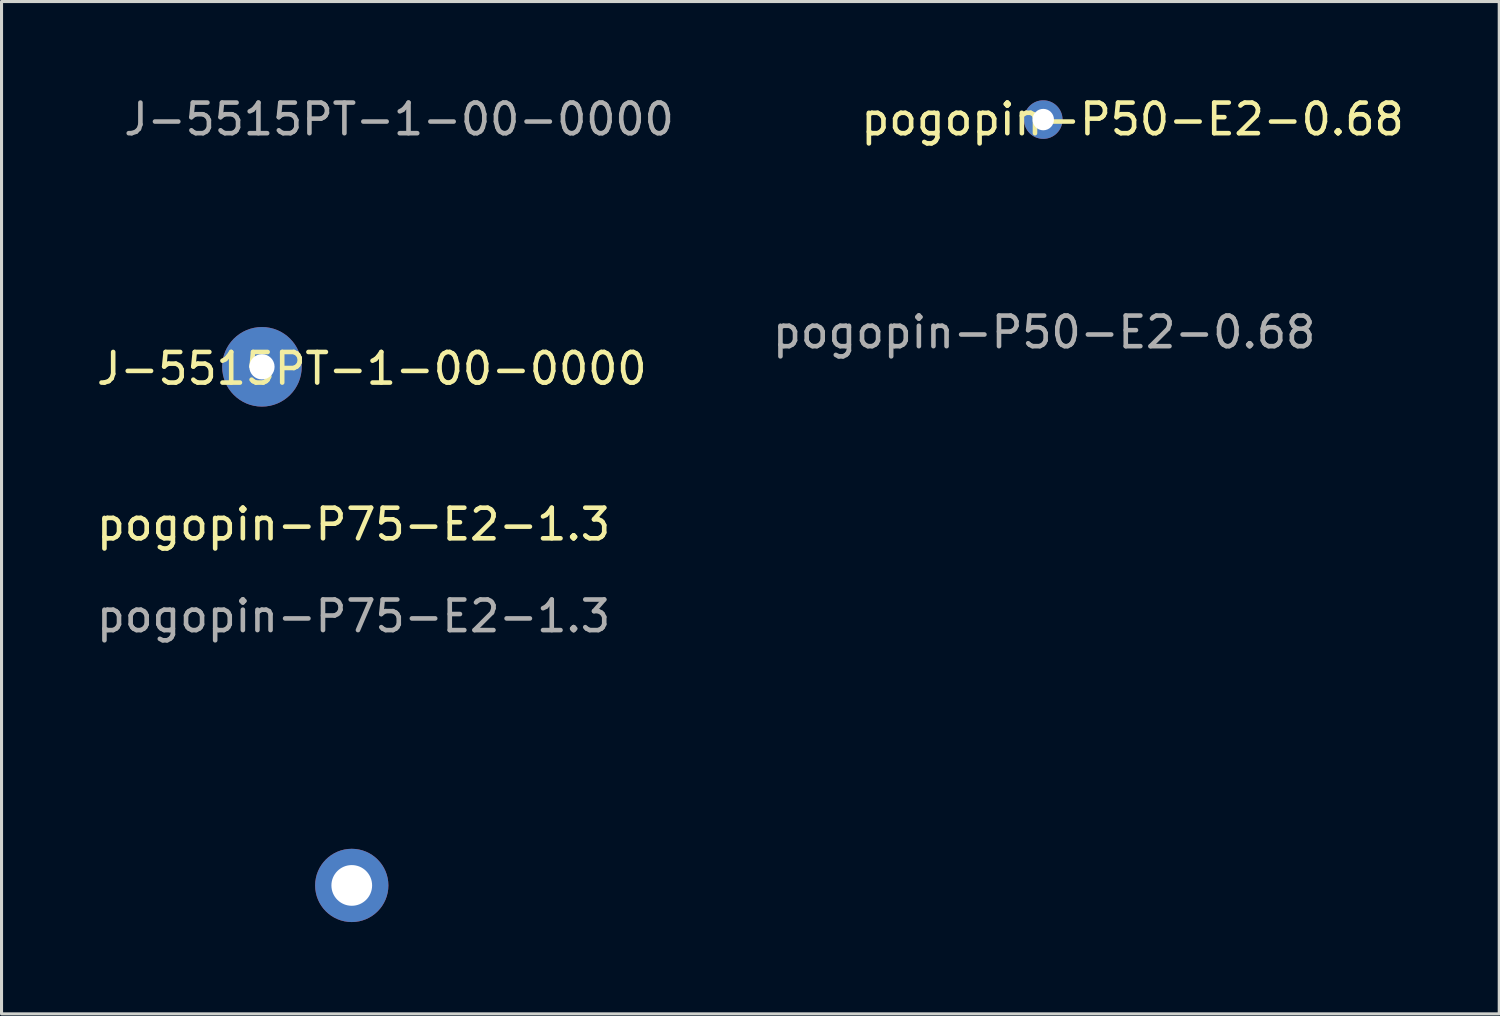
<source format=kicad_pcb>
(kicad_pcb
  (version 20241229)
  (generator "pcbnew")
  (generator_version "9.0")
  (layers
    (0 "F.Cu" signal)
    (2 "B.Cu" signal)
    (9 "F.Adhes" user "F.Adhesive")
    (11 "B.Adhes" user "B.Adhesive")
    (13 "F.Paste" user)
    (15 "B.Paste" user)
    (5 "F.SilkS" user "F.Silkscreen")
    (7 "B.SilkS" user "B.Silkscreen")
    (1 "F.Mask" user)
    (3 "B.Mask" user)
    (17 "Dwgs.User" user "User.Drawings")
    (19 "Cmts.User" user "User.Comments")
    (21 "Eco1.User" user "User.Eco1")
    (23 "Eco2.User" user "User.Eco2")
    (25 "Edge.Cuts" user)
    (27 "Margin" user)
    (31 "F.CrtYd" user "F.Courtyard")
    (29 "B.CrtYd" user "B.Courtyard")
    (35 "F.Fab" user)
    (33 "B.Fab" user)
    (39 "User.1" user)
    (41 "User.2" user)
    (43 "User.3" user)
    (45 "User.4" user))
  (footprint "pogopin-P50-E2-0.68"
    (layer "F.Cu")
    (at 31.045 0.858)
    (property "Reference" "pogopin-P50-E2-0.68" (at 2.92 -0.01 0) (unlocked yes) (layer "F.SilkS") (effects (font (size 1 1) (thickness 0.15))))
    (attr through_hole)
    (fp_text user "${REFERENCE}" (at 0.03 6.95 0) (unlocked yes) (layer "F.Fab") (effects (font (size 1 1) (thickness 0.15))))
    (pad "1" thru_hole circle (at 0 0) (size 1.26 1.26) (drill 0.7) (layers "*.Cu" "*.Mask")))
  (footprint "pogopin-P75-E2-1.3"
    (layer "F.Cu")
    (at 8.446 25.887)
    (property "Reference" "pogopin-P75-E2-1.3" (at 0.06 -11.8 0) (unlocked yes) (layer "F.SilkS") (effects (font (size 1 1) (thickness 0.15))))
    (attr through_hole)
    (fp_text user "${REFERENCE}" (at 0.06 -8.8 0) (unlocked yes) (layer "F.Fab") (effects (font (size 1 1) (thickness 0.15))))
    (pad "1" thru_hole circle (at 0 0) (size 2.394 2.394) (drill 1.33) (layers "*.Cu" "*.Mask")))
  (footprint "J-5515PT-1-00-0000"
    (layer "F.Cu")
    (at 5.511 8.938)
    (property "Reference" "J-5515PT-1-00-0000" (at 3.59 0.06 0) (unlocked yes) (layer "F.SilkS") (effects (font (size 1 1) (thickness 0.15))))
    (attr smd)
    (fp_text user "${REFERENCE}" (at 4.48 -8.09 0) (unlocked yes) (layer "F.Fab") (effects (font (size 1 1) (thickness 0.15))))
    (pad "1" thru_hole circle (at 0 0) (size 2.6 2.6) (drill 0.825) (layers "*.Cu" "*.Mask")))
  (gr_rect
    (start -3 -3)
    (end 45.947 30.084)
    (stroke (width 0.1) (type default))
    (fill no)
    (layer "Edge.Cuts")))
</source>
